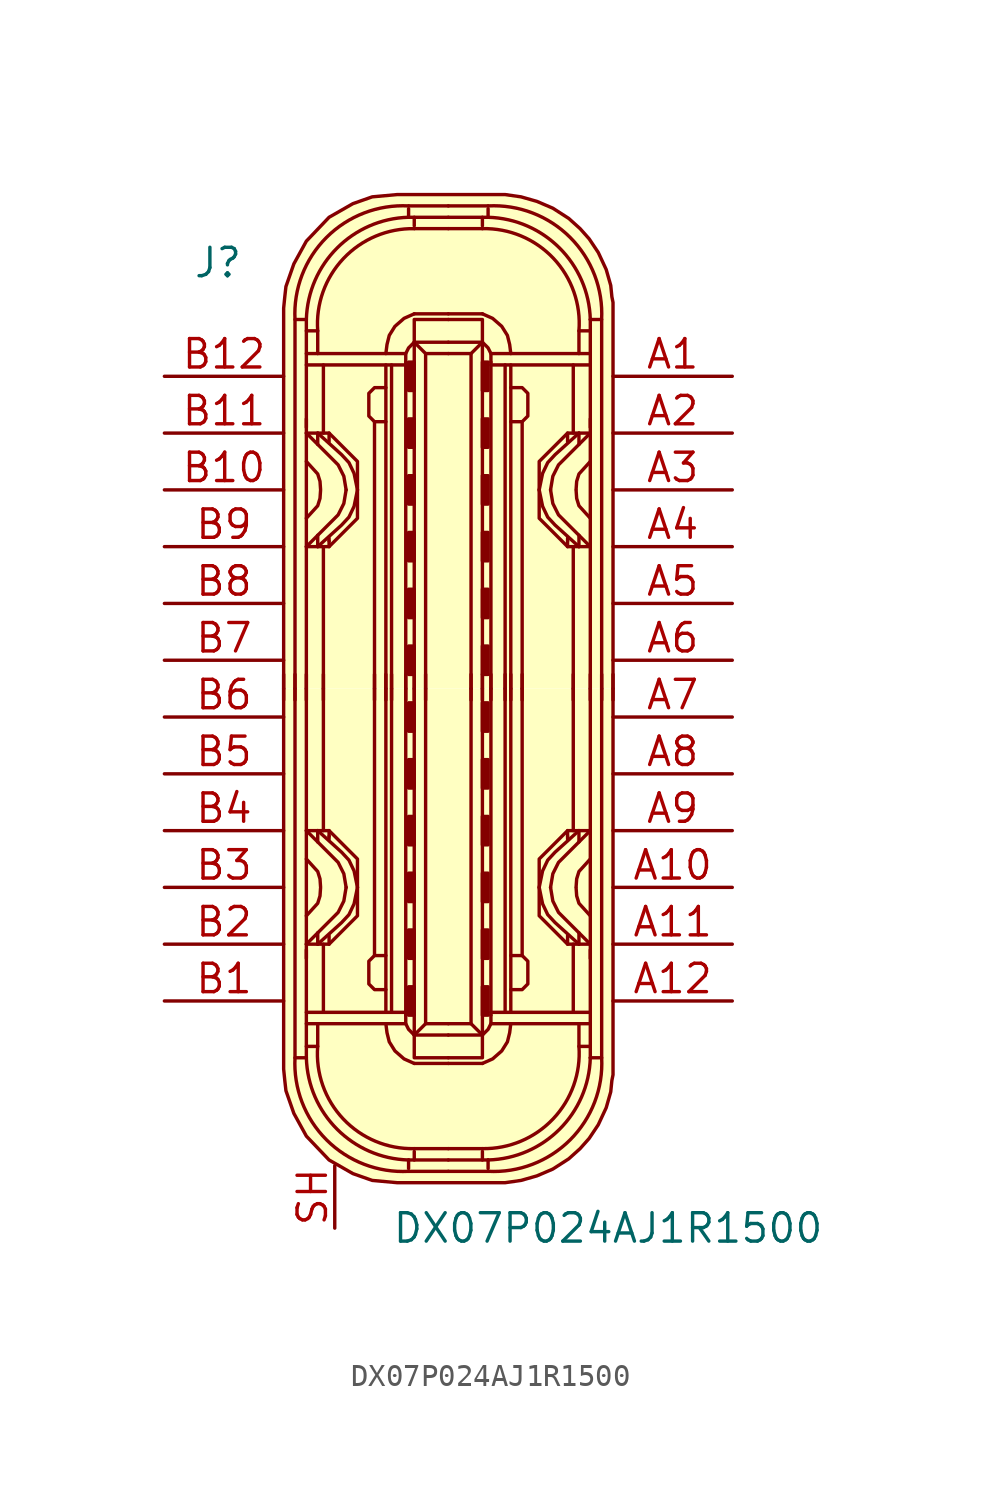
<source format=kicad_sym>
(kicad_symbol_lib
  (version 20211014)
  (generator kicad_symbol_editor)
  (symbol "DX07P024AJ1R1500"
    (pin_names
      (offset 1.016))
    (property "Reference" "J"
      (at -11.43 19.05 0)
      (effects (font (size 1.27 1.27)) (justify left)))
    (property "Value" "DX07P024AJ1R1500"
      (at -2.54 -24.13 0)
      (effects (font (size 1.27 1.27)) (justify left)))
    (symbol "DX07P024AJ1R1500_1_1"
      (arc (start -6.858 -16.51) (mid -5.4492 -20.1812) (end -1.778 -21.59) (stroke (width 0) (type default) (color 0 0 0 0)) (fill (type none)))
      (arc (start -6.35 -16.51) (mid -4.9749 -19.7069) (end -1.778 -21.082) (stroke (width 0) (type default) (color 0 0 0 0)) (fill (type none)))
      (arc (start -5.842 -16.002) (mid -4.6972 -19.2495) (end -1.524 -20.574) (stroke (width 0) (type default) (color 0 0 0 0)) (fill (type none)))
      (rectangle (start -1.778 -14.605) (end -1.524 -13.335) (stroke (width 0) (type default) (color 0 0 0 0)) (fill (type outline)))
      (rectangle (start -1.778 -12.065) (end -1.524 -10.795) (stroke (width 0) (type default) (color 0 0 0 0)) (fill (type outline)))
      (rectangle (start -1.778 -9.525) (end -1.524 -8.255) (stroke (width 0) (type default) (color 0 0 0 0)) (fill (type outline)))
      (rectangle (start -1.778 -6.985) (end -1.524 -5.715) (stroke (width 0) (type default) (color 0 0 0 0)) (fill (type outline)))
      (rectangle (start -1.778 -4.445) (end -1.524 -3.175) (stroke (width 0) (type default) (color 0 0 0 0)) (fill (type outline)))
      (rectangle (start -1.778 -1.905) (end -1.524 -0.635) (stroke (width 0) (type default) (color 0 0 0 0)) (fill (type outline)))
      (rectangle (start -1.778 1.905) (end -1.524 0.635) (stroke (width 0) (type default) (color 0 0 0 0)) (fill (type outline)))
      (rectangle (start -1.778 4.445) (end -1.524 3.175) (stroke (width 0) (type default) (color 0 0 0 0)) (fill (type outline)))
      (rectangle (start -1.778 6.985) (end -1.524 5.715) (stroke (width 0) (type default) (color 0 0 0 0)) (fill (type outline)))
      (rectangle (start -1.778 9.525) (end -1.524 8.255) (stroke (width 0) (type default) (color 0 0 0 0)) (fill (type outline)))
      (rectangle (start -1.778 12.065) (end -1.524 10.795) (stroke (width 0) (type default) (color 0 0 0 0)) (fill (type outline)))
      (rectangle (start -1.778 14.605) (end -1.524 13.335) (stroke (width 0) (type default) (color 0 0 0 0)) (fill (type outline)))
      (arc (start -1.778 21.082) (mid -4.9749 19.7069) (end -6.35 16.51) (stroke (width 0) (type default) (color 0 0 0 0)) (fill (type none)))
      (arc (start -1.778 21.59) (mid -5.4492 20.1812) (end -6.858 16.51) (stroke (width 0) (type default) (color 0 0 0 0)) (fill (type none)))
      (arc (start -1.524 20.574) (mid -4.6883 19.2412) (end -5.842 16.002) (stroke (width 0) (type default) (color 0 0 0 0)) (fill (type none)))
      (polyline (pts (xy -7.366 -0.508) (xy -7.366 0.635)) (stroke (width 0) (type default) (color 0 0 0 0)) (fill (type none)))
      (polyline (pts (xy -6.858 -0.508) (xy -6.858 0.635)) (stroke (width 0) (type default) (color 0 0 0 0)) (fill (type none)))
      (polyline (pts (xy -6.35 -14.986) (xy -1.905 -14.986)) (stroke (width 0) (type default) (color 0 0 0 0)) (fill (type none)))
      (polyline (pts (xy -6.35 -12.065) (xy -6.35 0)) (stroke (width 0) (type default) (color 0 0 0 0)) (fill (type none)))
      (polyline (pts (xy -6.35 -0.508) (xy -6.35 0.635)) (stroke (width 0) (type default) (color 0 0 0 0)) (fill (type none)))
      (polyline (pts (xy -6.35 12.065) (xy -6.35 0)) (stroke (width 0) (type default) (color 0 0 0 0)) (fill (type none)))
      (polyline (pts (xy -6.35 14.986) (xy -1.905 14.986)) (stroke (width 0) (type default) (color 0 0 0 0)) (fill (type none)))
      (polyline (pts (xy -5.842 -11.43) (xy -5.842 -10.922)) (stroke (width 0) (type default) (color 0 0 0 0)) (fill (type none)))
      (polyline (pts (xy -5.842 -6.35) (xy -5.842 -6.858)) (stroke (width 0) (type default) (color 0 0 0 0)) (fill (type none)))
      (polyline (pts (xy -5.842 6.35) (xy -5.842 6.858)) (stroke (width 0) (type default) (color 0 0 0 0)) (fill (type none)))
      (polyline (pts (xy -5.842 11.43) (xy -5.842 10.922)) (stroke (width 0) (type default) (color 0 0 0 0)) (fill (type none)))
      (polyline (pts (xy -5.588 -14.478) (xy -5.588 -11.43)) (stroke (width 0) (type default) (color 0 0 0 0)) (fill (type none)))
      (polyline (pts (xy -5.588 -6.35) (xy -5.588 0)) (stroke (width 0) (type default) (color 0 0 0 0)) (fill (type none)))
      (polyline (pts (xy -5.588 -0.508) (xy -5.588 0.635)) (stroke (width 0) (type default) (color 0 0 0 0)) (fill (type none)))
      (polyline (pts (xy -5.588 6.35) (xy -5.588 0)) (stroke (width 0) (type default) (color 0 0 0 0)) (fill (type none)))
      (polyline (pts (xy -5.588 14.478) (xy -5.588 11.43)) (stroke (width 0) (type default) (color 0 0 0 0)) (fill (type none)))
      (polyline (pts (xy -5.334 -11.43) (xy -5.334 -11.049)) (stroke (width 0) (type default) (color 0 0 0 0)) (fill (type none)))
      (polyline (pts (xy -5.334 -6.604) (xy -5.334 -6.731)) (stroke (width 0) (type default) (color 0 0 0 0)) (fill (type none)))
      (polyline (pts (xy -5.334 -6.35) (xy -5.334 -6.604)) (stroke (width 0) (type default) (color 0 0 0 0)) (fill (type none)))
      (polyline (pts (xy -5.334 6.35) (xy -5.334 6.604)) (stroke (width 0) (type default) (color 0 0 0 0)) (fill (type none)))
      (polyline (pts (xy -5.334 6.604) (xy -5.334 6.731)) (stroke (width 0) (type default) (color 0 0 0 0)) (fill (type none)))
      (polyline (pts (xy -5.334 11.43) (xy -5.334 11.049)) (stroke (width 0) (type default) (color 0 0 0 0)) (fill (type none)))
      (polyline (pts (xy -3.302 -0.508) (xy -3.302 0.635)) (stroke (width 0) (type default) (color 0 0 0 0)) (fill (type none)))
      (polyline (pts (xy -3.302 0) (xy -3.302 -11.938)) (stroke (width 0) (type default) (color 0 0 0 0)) (fill (type none)))
      (polyline (pts (xy -3.302 0) (xy -3.302 11.938)) (stroke (width 0) (type default) (color 0 0 0 0)) (fill (type none)))
      (polyline (pts (xy -2.794 -0.508) (xy -2.794 0.635)) (stroke (width 0) (type default) (color 0 0 0 0)) (fill (type none)))
      (polyline (pts (xy -2.794 0) (xy -2.794 -14.478)) (stroke (width 0) (type default) (color 0 0 0 0)) (fill (type none)))
      (polyline (pts (xy -2.794 0) (xy -2.794 14.478)) (stroke (width 0) (type default) (color 0 0 0 0)) (fill (type none)))
      (polyline (pts (xy -2.54 -14.478) (xy -2.54 0)) (stroke (width 0) (type default) (color 0 0 0 0)) (fill (type none)))
      (polyline (pts (xy -2.54 -0.508) (xy -2.54 0.635)) (stroke (width 0) (type default) (color 0 0 0 0)) (fill (type none)))
      (polyline (pts (xy -2.54 14.478) (xy -2.54 0)) (stroke (width 0) (type default) (color 0 0 0 0)) (fill (type none)))
      (polyline (pts (xy -1.905 -14.478) (xy -6.35 -14.478)) (stroke (width 0) (type default) (color 0 0 0 0)) (fill (type none)))
      (polyline (pts (xy -1.905 -0.508) (xy -1.905 0.635)) (stroke (width 0) (type default) (color 0 0 0 0)) (fill (type none)))
      (polyline (pts (xy -1.905 0) (xy -1.905 -14.605)) (stroke (width 0) (type default) (color 0 0 0 0)) (fill (type none)))
      (polyline (pts (xy -1.905 0) (xy -1.905 14.605)) (stroke (width 0) (type default) (color 0 0 0 0)) (fill (type none)))
      (polyline (pts (xy -1.905 14.478) (xy -6.35 14.478)) (stroke (width 0) (type default) (color 0 0 0 0)) (fill (type none)))
      (polyline (pts (xy -1.778 -21.59) (xy 0 -21.59)) (stroke (width 0) (type default) (color 0 0 0 0)) (fill (type background)))
      (polyline (pts (xy -1.778 -21.082) (xy -1.778 -21.463)) (stroke (width 0) (type default) (color 0 0 0 0)) (fill (type none)))
      (polyline (pts (xy -1.778 -21.082) (xy 0 -21.082)) (stroke (width 0) (type default) (color 0 0 0 0)) (fill (type none)))
      (polyline (pts (xy -1.778 21.082) (xy -1.778 21.463)) (stroke (width 0) (type default) (color 0 0 0 0)) (fill (type none)))
      (polyline (pts (xy -1.778 21.082) (xy 0 21.082)) (stroke (width 0) (type default) (color 0 0 0 0)) (fill (type none)))
      (polyline (pts (xy -1.778 21.59) (xy 0 21.59)) (stroke (width 0) (type default) (color 0 0 0 0)) (fill (type background)))
      (polyline (pts (xy -1.524 -20.701) (xy -1.524 -21.082)) (stroke (width 0) (type default) (color 0 0 0 0)) (fill (type none)))
      (polyline (pts (xy -1.524 -20.574) (xy 0 -20.574)) (stroke (width 0) (type default) (color 0 0 0 0)) (fill (type none)))
      (polyline (pts (xy -1.524 -0.508) (xy -1.524 0.635)) (stroke (width 0) (type default) (color 0 0 0 0)) (fill (type none)))
      (polyline (pts (xy -1.524 20.574) (xy 0 20.574)) (stroke (width 0) (type default) (color 0 0 0 0)) (fill (type none)))
      (polyline (pts (xy -1.524 20.701) (xy -1.524 21.082)) (stroke (width 0) (type default) (color 0 0 0 0)) (fill (type none)))
      (polyline (pts (xy -1.016 -14.986) (xy -1.524 -15.494)) (stroke (width 0) (type default) (color 0 0 0 0)) (fill (type none)))
      (polyline (pts (xy -1.016 -0.508) (xy -1.016 0.635)) (stroke (width 0) (type default) (color 0 0 0 0)) (fill (type none)))
      (polyline (pts (xy -1.016 14.986) (xy -1.524 15.494)) (stroke (width 0) (type default) (color 0 0 0 0)) (fill (type none)))
      (polyline (pts (xy 0 -16.764) (xy -1.524 -16.764)) (stroke (width 0) (type default) (color 0 0 0 0)) (fill (type none)))
      (polyline (pts (xy 0 -16.764) (xy 1.524 -16.764)) (stroke (width 0) (type default) (color 0 0 0 0)) (fill (type none)))
      (polyline (pts (xy 0 16.764) (xy -1.524 16.764)) (stroke (width 0) (type default) (color 0 0 0 0)) (fill (type none)))
      (polyline (pts (xy 0 16.764) (xy 1.524 16.764)) (stroke (width 0) (type default) (color 0 0 0 0)) (fill (type none)))
      (polyline (pts (xy 1.016 -14.986) (xy 1.524 -15.494)) (stroke (width 0) (type default) (color 0 0 0 0)) (fill (type none)))
      (polyline (pts (xy 1.016 -0.508) (xy 1.016 0.635)) (stroke (width 0) (type default) (color 0 0 0 0)) (fill (type none)))
      (polyline (pts (xy 1.016 14.986) (xy 1.524 15.494)) (stroke (width 0) (type default) (color 0 0 0 0)) (fill (type none)))
      (polyline (pts (xy 1.524 -20.701) (xy 1.524 -21.082)) (stroke (width 0) (type default) (color 0 0 0 0)) (fill (type none)))
      (polyline (pts (xy 1.524 -20.574) (xy 0 -20.574)) (stroke (width 0) (type default) (color 0 0 0 0)) (fill (type none)))
      (polyline (pts (xy 1.524 -0.508) (xy 1.524 0.635)) (stroke (width 0) (type default) (color 0 0 0 0)) (fill (type none)))
      (polyline (pts (xy 1.524 20.574) (xy 0 20.574)) (stroke (width 0) (type default) (color 0 0 0 0)) (fill (type none)))
      (polyline (pts (xy 1.524 20.701) (xy 1.524 21.082)) (stroke (width 0) (type default) (color 0 0 0 0)) (fill (type none)))
      (polyline (pts (xy 1.778 -21.59) (xy 0 -21.59)) (stroke (width 0) (type default) (color 0 0 0 0)) (fill (type background)))
      (polyline (pts (xy 1.778 -21.082) (xy 0 -21.082)) (stroke (width 0) (type default) (color 0 0 0 0)) (fill (type none)))
      (polyline (pts (xy 1.778 -21.082) (xy 1.778 -21.463)) (stroke (width 0) (type default) (color 0 0 0 0)) (fill (type none)))
      (polyline (pts (xy 1.778 21.082) (xy 0 21.082)) (stroke (width 0) (type default) (color 0 0 0 0)) (fill (type none)))
      (polyline (pts (xy 1.778 21.082) (xy 1.778 21.463)) (stroke (width 0) (type default) (color 0 0 0 0)) (fill (type none)))
      (polyline (pts (xy 1.778 21.59) (xy 0 21.59)) (stroke (width 0) (type default) (color 0 0 0 0)) (fill (type background)))
      (polyline (pts (xy 1.905 -14.478) (xy 6.35 -14.478)) (stroke (width 0) (type default) (color 0 0 0 0)) (fill (type none)))
      (polyline (pts (xy 1.905 -0.508) (xy 1.905 0.635)) (stroke (width 0) (type default) (color 0 0 0 0)) (fill (type none)))
      (polyline (pts (xy 1.905 0) (xy 1.905 -14.605)) (stroke (width 0) (type default) (color 0 0 0 0)) (fill (type none)))
      (polyline (pts (xy 1.905 0) (xy 1.905 14.605)) (stroke (width 0) (type default) (color 0 0 0 0)) (fill (type none)))
      (polyline (pts (xy 1.905 14.478) (xy 6.35 14.478)) (stroke (width 0) (type default) (color 0 0 0 0)) (fill (type none)))
      (polyline (pts (xy 2.54 -14.478) (xy 2.54 0)) (stroke (width 0) (type default) (color 0 0 0 0)) (fill (type none)))
      (polyline (pts (xy 2.54 -0.508) (xy 2.54 0.635)) (stroke (width 0) (type default) (color 0 0 0 0)) (fill (type none)))
      (polyline (pts (xy 2.54 14.478) (xy 2.54 0)) (stroke (width 0) (type default) (color 0 0 0 0)) (fill (type none)))
      (polyline (pts (xy 2.794 -0.508) (xy 2.794 0.635)) (stroke (width 0) (type default) (color 0 0 0 0)) (fill (type none)))
      (polyline (pts (xy 2.794 0) (xy 2.794 -14.478)) (stroke (width 0) (type default) (color 0 0 0 0)) (fill (type none)))
      (polyline (pts (xy 2.794 0) (xy 2.794 14.478)) (stroke (width 0) (type default) (color 0 0 0 0)) (fill (type none)))
      (polyline (pts (xy 3.302 -0.508) (xy 3.302 0.635)) (stroke (width 0) (type default) (color 0 0 0 0)) (fill (type none)))
      (polyline (pts (xy 3.302 0) (xy 3.302 -11.938)) (stroke (width 0) (type default) (color 0 0 0 0)) (fill (type none)))
      (polyline (pts (xy 3.302 0) (xy 3.302 11.938)) (stroke (width 0) (type default) (color 0 0 0 0)) (fill (type none)))
      (polyline (pts (xy 5.334 -11.43) (xy 5.334 -11.049)) (stroke (width 0) (type default) (color 0 0 0 0)) (fill (type none)))
      (polyline (pts (xy 5.334 -6.604) (xy 5.334 -6.731)) (stroke (width 0) (type default) (color 0 0 0 0)) (fill (type none)))
      (polyline (pts (xy 5.334 -6.35) (xy 5.334 -6.604)) (stroke (width 0) (type default) (color 0 0 0 0)) (fill (type none)))
      (polyline (pts (xy 5.334 6.35) (xy 5.334 6.604)) (stroke (width 0) (type default) (color 0 0 0 0)) (fill (type none)))
      (polyline (pts (xy 5.334 6.604) (xy 5.334 6.731)) (stroke (width 0) (type default) (color 0 0 0 0)) (fill (type none)))
      (polyline (pts (xy 5.334 11.43) (xy 5.334 11.049)) (stroke (width 0) (type default) (color 0 0 0 0)) (fill (type none)))
      (polyline (pts (xy 5.588 -14.478) (xy 5.588 -11.43)) (stroke (width 0) (type default) (color 0 0 0 0)) (fill (type none)))
      (polyline (pts (xy 5.588 -6.35) (xy 5.588 0)) (stroke (width 0) (type default) (color 0 0 0 0)) (fill (type none)))
      (polyline (pts (xy 5.588 -0.508) (xy 5.588 0.635)) (stroke (width 0) (type default) (color 0 0 0 0)) (fill (type none)))
      (polyline (pts (xy 5.588 6.35) (xy 5.588 0)) (stroke (width 0) (type default) (color 0 0 0 0)) (fill (type none)))
      (polyline (pts (xy 5.588 14.478) (xy 5.588 11.43)) (stroke (width 0) (type default) (color 0 0 0 0)) (fill (type none)))
      (polyline (pts (xy 5.842 -11.43) (xy 5.842 -10.922)) (stroke (width 0) (type default) (color 0 0 0 0)) (fill (type none)))
      (polyline (pts (xy 5.842 -6.35) (xy 5.842 -6.858)) (stroke (width 0) (type default) (color 0 0 0 0)) (fill (type none)))
      (polyline (pts (xy 5.842 6.35) (xy 5.842 6.858)) (stroke (width 0) (type default) (color 0 0 0 0)) (fill (type none)))
      (polyline (pts (xy 5.842 11.43) (xy 5.842 10.922)) (stroke (width 0) (type default) (color 0 0 0 0)) (fill (type none)))
      (polyline (pts (xy 6.35 -14.986) (xy 1.905 -14.986)) (stroke (width 0) (type default) (color 0 0 0 0)) (fill (type none)))
      (polyline (pts (xy 6.35 -12.065) (xy 6.35 0)) (stroke (width 0) (type default) (color 0 0 0 0)) (fill (type none)))
      (polyline (pts (xy 6.35 -0.508) (xy 6.35 0.635)) (stroke (width 0) (type default) (color 0 0 0 0)) (fill (type none)))
      (polyline (pts (xy 6.35 12.065) (xy 6.35 0)) (stroke (width 0) (type default) (color 0 0 0 0)) (fill (type none)))
      (polyline (pts (xy 6.35 14.986) (xy 1.905 14.986)) (stroke (width 0) (type default) (color 0 0 0 0)) (fill (type none)))
      (polyline (pts (xy 6.858 -0.508) (xy 6.858 0.635)) (stroke (width 0) (type default) (color 0 0 0 0)) (fill (type none)))
      (polyline (pts (xy 7.366 -0.508) (xy 7.366 0.635)) (stroke (width 0) (type default) (color 0 0 0 0)) (fill (type none)))
      (polyline (pts (xy -6.35 -16.51) (xy -6.858 -16.51) (xy -6.858 0)) (stroke (width 0) (type default) (color 0 0 0 0)) (fill (type none)))
      (polyline (pts (xy -6.35 -11.684) (xy -6.35 -15.875) (xy -6.35 -16.51)) (stroke (width 0) (type default) (color 0 0 0 0)) (fill (type none)))
      (polyline (pts (xy -6.35 11.684) (xy -6.35 15.875) (xy -6.35 16.51)) (stroke (width 0) (type default) (color 0 0 0 0)) (fill (type none)))
      (polyline (pts (xy -6.35 16.51) (xy -6.858 16.51) (xy -6.858 0)) (stroke (width 0) (type default) (color 0 0 0 0)) (fill (type none)))
      (polyline (pts (xy -5.842 -14.986) (xy -5.842 -16.002) (xy -6.35 -16.002)) (stroke (width 0) (type default) (color 0 0 0 0)) (fill (type none)))
      (polyline (pts (xy -5.842 14.986) (xy -5.842 16.002) (xy -6.35 16.002)) (stroke (width 0) (type default) (color 0 0 0 0)) (fill (type none)))
      (polyline (pts (xy -1.524 0) (xy -1.524 -15.494) (xy 0 -15.494)) (stroke (width 0) (type default) (color 0 0 0 0)) (fill (type none)))
      (polyline (pts (xy -1.524 0) (xy -1.524 15.494) (xy 0 15.494)) (stroke (width 0) (type default) (color 0 0 0 0)) (fill (type none)))
      (polyline (pts (xy -1.016 0) (xy -1.016 -14.986) (xy 0 -14.986)) (stroke (width 0) (type default) (color 0 0 0 0)) (fill (type none)))
      (polyline (pts (xy -1.016 0) (xy -1.016 14.986) (xy 0 14.986)) (stroke (width 0) (type default) (color 0 0 0 0)) (fill (type none)))
      (polyline (pts (xy 1.016 0) (xy 1.016 -14.986) (xy 0 -14.986)) (stroke (width 0) (type default) (color 0 0 0 0)) (fill (type none)))
      (polyline (pts (xy 1.016 0) (xy 1.016 14.986) (xy 0 14.986)) (stroke (width 0) (type default) (color 0 0 0 0)) (fill (type none)))
      (polyline (pts (xy 1.524 0) (xy 1.524 -15.494) (xy 0 -15.494)) (stroke (width 0) (type default) (color 0 0 0 0)) (fill (type none)))
      (polyline (pts (xy 1.524 0) (xy 1.524 15.494) (xy 0 15.494)) (stroke (width 0) (type default) (color 0 0 0 0)) (fill (type none)))
      (polyline (pts (xy 5.842 -14.986) (xy 5.842 -16.002) (xy 6.35 -16.002)) (stroke (width 0) (type default) (color 0 0 0 0)) (fill (type none)))
      (polyline (pts (xy 5.842 14.986) (xy 5.842 16.002) (xy 6.35 16.002)) (stroke (width 0) (type default) (color 0 0 0 0)) (fill (type none)))
      (polyline (pts (xy 6.35 -16.51) (xy 6.858 -16.51) (xy 6.858 0)) (stroke (width 0) (type default) (color 0 0 0 0)) (fill (type none)))
      (polyline (pts (xy 6.35 -11.684) (xy 6.35 -15.875) (xy 6.35 -16.51)) (stroke (width 0) (type default) (color 0 0 0 0)) (fill (type none)))
      (polyline (pts (xy 6.35 11.684) (xy 6.35 15.875) (xy 6.35 16.51)) (stroke (width 0) (type default) (color 0 0 0 0)) (fill (type none)))
      (polyline (pts (xy 6.35 16.51) (xy 6.858 16.51) (xy 6.858 0)) (stroke (width 0) (type default) (color 0 0 0 0)) (fill (type none)))
      (polyline (pts (xy -6.35 -11.43) (xy -4.928 -10.008) (xy -4.674 -9.5) (xy -4.572 -8.89)) (stroke (width 0) (type default) (color 0 0 0 0)) (fill (type none)))
      (polyline (pts (xy -6.35 -10.16) (xy -5.842 -9.601) (xy -5.74 -9.271) (xy -5.715 -8.915)) (stroke (width 0) (type default) (color 0 0 0 0)) (fill (type none)))
      (polyline (pts (xy -6.35 -7.62) (xy -5.842 -8.179) (xy -5.74 -8.509) (xy -5.715 -8.865)) (stroke (width 0) (type default) (color 0 0 0 0)) (fill (type none)))
      (polyline (pts (xy -6.35 -6.35) (xy -4.928 -7.772) (xy -4.674 -8.28) (xy -4.572 -8.89)) (stroke (width 0) (type default) (color 0 0 0 0)) (fill (type none)))
      (polyline (pts (xy -6.35 6.35) (xy -4.928 7.772) (xy -4.674 8.28) (xy -4.572 8.89)) (stroke (width 0) (type default) (color 0 0 0 0)) (fill (type none)))
      (polyline (pts (xy -6.35 7.62) (xy -5.842 8.179) (xy -5.74 8.509) (xy -5.715 8.865)) (stroke (width 0) (type default) (color 0 0 0 0)) (fill (type none)))
      (polyline (pts (xy -6.35 10.16) (xy -5.842 9.601) (xy -5.74 9.271) (xy -5.715 8.915)) (stroke (width 0) (type default) (color 0 0 0 0)) (fill (type none)))
      (polyline (pts (xy -6.35 11.43) (xy -4.928 10.008) (xy -4.674 9.5) (xy -4.572 8.89)) (stroke (width 0) (type default) (color 0 0 0 0)) (fill (type none)))
      (polyline (pts (xy -1.905 -14.605) (xy -1.905 -14.986) (xy -1.778 -15.24) (xy -1.524 -15.494)) (stroke (width 0) (type default) (color 0 0 0 0)) (fill (type none)))
      (polyline (pts (xy -1.905 14.605) (xy -1.905 14.986) (xy -1.778 15.24) (xy -1.524 15.494)) (stroke (width 0) (type default) (color 0 0 0 0)) (fill (type none)))
      (polyline (pts (xy 0 -16.51) (xy -1.397 -16.51) (xy -1.524 -16.51) (xy -1.524 -15.494)) (stroke (width 0) (type default) (color 0 0 0 0)) (fill (type none)))
      (polyline (pts (xy 0 -16.51) (xy 1.397 -16.51) (xy 1.524 -16.51) (xy 1.524 -15.494)) (stroke (width 0) (type default) (color 0 0 0 0)) (fill (type none)))
      (polyline (pts (xy 0 16.51) (xy -1.397 16.51) (xy -1.524 16.51) (xy -1.524 15.494)) (stroke (width 0) (type default) (color 0 0 0 0)) (fill (type none)))
      (polyline (pts (xy 0 16.51) (xy 1.397 16.51) (xy 1.524 16.51) (xy 1.524 15.494)) (stroke (width 0) (type default) (color 0 0 0 0)) (fill (type none)))
      (polyline (pts (xy 1.905 -14.605) (xy 1.905 -14.986) (xy 1.778 -15.24) (xy 1.524 -15.494)) (stroke (width 0) (type default) (color 0 0 0 0)) (fill (type none)))
      (polyline (pts (xy 1.905 14.605) (xy 1.905 14.986) (xy 1.778 15.24) (xy 1.524 15.494)) (stroke (width 0) (type default) (color 0 0 0 0)) (fill (type none)))
      (polyline (pts (xy 6.35 -11.43) (xy 4.928 -10.008) (xy 4.674 -9.5) (xy 4.572 -8.89)) (stroke (width 0) (type default) (color 0 0 0 0)) (fill (type none)))
      (polyline (pts (xy 6.35 -10.16) (xy 5.842 -9.601) (xy 5.74 -9.271) (xy 5.715 -8.915)) (stroke (width 0) (type default) (color 0 0 0 0)) (fill (type none)))
      (polyline (pts (xy 6.35 -7.62) (xy 5.842 -8.179) (xy 5.74 -8.509) (xy 5.715 -8.865)) (stroke (width 0) (type default) (color 0 0 0 0)) (fill (type none)))
      (polyline (pts (xy 6.35 -6.35) (xy 4.928 -7.772) (xy 4.674 -8.28) (xy 4.572 -8.89)) (stroke (width 0) (type default) (color 0 0 0 0)) (fill (type none)))
      (polyline (pts (xy 6.35 6.35) (xy 4.928 7.772) (xy 4.674 8.28) (xy 4.572 8.89)) (stroke (width 0) (type default) (color 0 0 0 0)) (fill (type none)))
      (polyline (pts (xy 6.35 7.62) (xy 5.842 8.179) (xy 5.74 8.509) (xy 5.715 8.865)) (stroke (width 0) (type default) (color 0 0 0 0)) (fill (type none)))
      (polyline (pts (xy 6.35 10.16) (xy 5.842 9.601) (xy 5.74 9.271) (xy 5.715 8.915)) (stroke (width 0) (type default) (color 0 0 0 0)) (fill (type none)))
      (polyline (pts (xy 6.35 11.43) (xy 4.928 10.008) (xy 4.674 9.5) (xy 4.572 8.89)) (stroke (width 0) (type default) (color 0 0 0 0)) (fill (type none)))
      (polyline (pts (xy -5.842 -11.43) (xy -4.775 -10.465) (xy -4.445 -10.109) (xy -4.216 -9.627) (xy -4.064 -8.89)) (stroke (width 0) (type default) (color 0 0 0 0)) (fill (type none)))
      (polyline (pts (xy -5.842 -6.35) (xy -4.775 -7.315) (xy -4.445 -7.671) (xy -4.216 -8.153) (xy -4.064 -8.89)) (stroke (width 0) (type default) (color 0 0 0 0)) (fill (type none)))
      (polyline (pts (xy -5.842 6.35) (xy -4.775 7.315) (xy -4.445 7.671) (xy -4.216 8.153) (xy -4.064 8.89)) (stroke (width 0) (type default) (color 0 0 0 0)) (fill (type none)))
      (polyline (pts (xy -5.842 11.43) (xy -4.775 10.465) (xy -4.445 10.109) (xy -4.216 9.627) (xy -4.064 8.89)) (stroke (width 0) (type default) (color 0 0 0 0)) (fill (type none)))
      (polyline (pts (xy 5.842 -11.43) (xy 4.775 -10.465) (xy 4.445 -10.109) (xy 4.216 -9.627) (xy 4.064 -8.89)) (stroke (width 0) (type default) (color 0 0 0 0)) (fill (type none)))
      (polyline (pts (xy 5.842 -6.35) (xy 4.775 -7.315) (xy 4.445 -7.671) (xy 4.216 -8.153) (xy 4.064 -8.89)) (stroke (width 0) (type default) (color 0 0 0 0)) (fill (type none)))
      (polyline (pts (xy 5.842 6.35) (xy 4.775 7.315) (xy 4.445 7.671) (xy 4.216 8.153) (xy 4.064 8.89)) (stroke (width 0) (type default) (color 0 0 0 0)) (fill (type none)))
      (polyline (pts (xy 5.842 11.43) (xy 4.775 10.465) (xy 4.445 10.109) (xy 4.216 9.627) (xy 4.064 8.89)) (stroke (width 0) (type default) (color 0 0 0 0)) (fill (type none)))
      (polyline (pts (xy -6.35 -11.43) (xy -5.334 -11.43) (xy -4.064 -10.16) (xy -4.064 -7.62) (xy -5.334 -6.35) (xy -6.35 -6.35)) (stroke (width 0) (type default) (color 0 0 0 0)) (fill (type none)))
      (polyline (pts (xy -6.35 11.43) (xy -5.334 11.43) (xy -4.064 10.16) (xy -4.064 7.62) (xy -5.334 6.35) (xy -6.35 6.35)) (stroke (width 0) (type default) (color 0 0 0 0)) (fill (type none)))
      (polyline (pts (xy -2.794 -14.986) (xy -2.743 -15.392) (xy -2.642 -15.799) (xy -2.388 -16.205) (xy -1.981 -16.561) (xy -1.524 -16.764)) (stroke (width 0) (type default) (color 0 0 0 0)) (fill (type none)))
      (polyline (pts (xy -2.794 -13.462) (xy -3.302 -13.462) (xy -3.556 -13.208) (xy -3.556 -12.192) (xy -3.302 -11.938) (xy -2.794 -11.938)) (stroke (width 0) (type default) (color 0 0 0 0)) (fill (type none)))
      (polyline (pts (xy -2.794 13.462) (xy -3.302 13.462) (xy -3.556 13.208) (xy -3.556 12.192) (xy -3.302 11.938) (xy -2.794 11.938)) (stroke (width 0) (type default) (color 0 0 0 0)) (fill (type none)))
      (polyline (pts (xy -2.794 14.986) (xy -2.743 15.392) (xy -2.642 15.799) (xy -2.388 16.205) (xy -1.981 16.561) (xy -1.524 16.764)) (stroke (width 0) (type default) (color 0 0 0 0)) (fill (type none)))
      (polyline (pts (xy 2.794 -14.986) (xy 2.743 -15.392) (xy 2.642 -15.799) (xy 2.388 -16.205) (xy 1.981 -16.561) (xy 1.524 -16.764)) (stroke (width 0) (type default) (color 0 0 0 0)) (fill (type none)))
      (polyline (pts (xy 2.794 -13.462) (xy 3.302 -13.462) (xy 3.556 -13.208) (xy 3.556 -12.192) (xy 3.302 -11.938) (xy 2.794 -11.938)) (stroke (width 0) (type default) (color 0 0 0 0)) (fill (type none)))
      (polyline (pts (xy 2.794 13.462) (xy 3.302 13.462) (xy 3.556 13.208) (xy 3.556 12.192) (xy 3.302 11.938) (xy 2.794 11.938)) (stroke (width 0) (type default) (color 0 0 0 0)) (fill (type none)))
      (polyline (pts (xy 2.794 14.986) (xy 2.743 15.392) (xy 2.642 15.799) (xy 2.388 16.205) (xy 1.981 16.561) (xy 1.524 16.764)) (stroke (width 0) (type default) (color 0 0 0 0)) (fill (type none)))
      (polyline (pts (xy 6.35 -11.43) (xy 5.334 -11.43) (xy 4.064 -10.16) (xy 4.064 -7.62) (xy 5.334 -6.35) (xy 6.35 -6.35)) (stroke (width 0) (type default) (color 0 0 0 0)) (fill (type none)))
      (polyline (pts (xy 6.35 11.43) (xy 5.334 11.43) (xy 4.064 10.16) (xy 4.064 7.62) (xy 5.334 6.35) (xy 6.35 6.35)) (stroke (width 0) (type default) (color 0 0 0 0)) (fill (type none)))
      (polyline (pts (xy 7.366 0) (xy 7.366 -17.018) (xy 7.366 -17.272) (xy 7.315 -17.526) (xy 7.264 -18.034) (xy 7.061 -18.745) (xy 6.706 -19.507) (xy 6.299 -20.117) (xy 5.893 -20.574) (xy 5.385 -21.031) (xy 4.674 -21.488) (xy 3.962 -21.793) (xy 3.251 -21.996) (xy 2.54 -22.098) (xy -2.286 -22.098) (xy -3.404 -21.996) (xy -4.267 -21.692) (xy -5.334 -21.082) (xy -6.35 -20.015) (xy -6.909 -18.999) (xy -7.264 -17.983) (xy -7.315 -17.526) (xy -7.366 -17.018) (xy -7.366 0)) (stroke (width 0) (type default) (color 0 0 0 0)) (fill (type background)))
      (polyline (pts (xy 7.366 0) (xy 7.366 17.018) (xy 7.366 17.272) (xy 7.315 17.526) (xy 7.264 18.034) (xy 7.061 18.745) (xy 6.706 19.507) (xy 6.299 20.117) (xy 5.893 20.574) (xy 5.385 21.031) (xy 4.674 21.488) (xy 3.962 21.793) (xy 3.251 21.996) (xy 2.54 22.098) (xy -2.286 22.098) (xy -3.404 21.996) (xy -4.267 21.692) (xy -5.334 21.082) (xy -6.35 20.015) (xy -6.909 18.999) (xy -7.264 17.983) (xy -7.315 17.526) (xy -7.366 17.018) (xy -7.366 0)) (stroke (width 0) (type default) (color 0 0 0 0)) (fill (type background)))
      (arc (start 1.524 -20.574) (mid 4.6883 -19.2412) (end 5.842 -16.002) (stroke (width 0) (type default) (color 0 0 0 0)) (fill (type none)))
      (arc (start 1.778 -21.59) (mid 5.4492 -20.1812) (end 6.858 -16.51) (stroke (width 0) (type default) (color 0 0 0 0)) (fill (type none)))
      (arc (start 1.778 -21.082) (mid 4.9749 -19.7069) (end 6.35 -16.51) (stroke (width 0) (type default) (color 0 0 0 0)) (fill (type none)))
      (rectangle (start 1.778 -14.605) (end 1.524 -13.335) (stroke (width 0) (type default) (color 0 0 0 0)) (fill (type outline)))
      (rectangle (start 1.778 -12.065) (end 1.524 -10.795) (stroke (width 0) (type default) (color 0 0 0 0)) (fill (type outline)))
      (rectangle (start 1.778 -9.525) (end 1.524 -8.255) (stroke (width 0) (type default) (color 0 0 0 0)) (fill (type outline)))
      (rectangle (start 1.778 -6.985) (end 1.524 -5.715) (stroke (width 0) (type default) (color 0 0 0 0)) (fill (type outline)))
      (rectangle (start 1.778 -4.445) (end 1.524 -3.175) (stroke (width 0) (type default) (color 0 0 0 0)) (fill (type outline)))
      (rectangle (start 1.778 -1.905) (end 1.524 -0.635) (stroke (width 0) (type default) (color 0 0 0 0)) (fill (type outline)))
      (rectangle (start 1.778 1.905) (end 1.524 0.635) (stroke (width 0) (type default) (color 0 0 0 0)) (fill (type outline)))
      (rectangle (start 1.778 4.445) (end 1.524 3.175) (stroke (width 0) (type default) (color 0 0 0 0)) (fill (type outline)))
      (rectangle (start 1.778 6.985) (end 1.524 5.715) (stroke (width 0) (type default) (color 0 0 0 0)) (fill (type outline)))
      (rectangle (start 1.778 9.525) (end 1.524 8.255) (stroke (width 0) (type default) (color 0 0 0 0)) (fill (type outline)))
      (rectangle (start 1.778 12.065) (end 1.524 10.795) (stroke (width 0) (type default) (color 0 0 0 0)) (fill (type outline)))
      (rectangle (start 1.778 14.605) (end 1.524 13.335) (stroke (width 0) (type default) (color 0 0 0 0)) (fill (type outline)))
      (arc (start 5.842 16.002) (mid 4.6972 19.2495) (end 1.524 20.574) (stroke (width 0) (type default) (color 0 0 0 0)) (fill (type none)))
      (arc (start 6.35 16.51) (mid 4.9749 19.7069) (end 1.778 21.082) (stroke (width 0) (type default) (color 0 0 0 0)) (fill (type none)))
      (arc (start 6.858 16.51) (mid 5.4492 20.1812) (end 1.778 21.59) (stroke (width 0) (type default) (color 0 0 0 0)) (fill (type none)))
      (pin passive line (at 12.7 13.97 180) (length 5.334) (name "~" (effects (font (size 1.27 1.27)))) (number "A1" (effects (font (size 1.27 1.27)))))
      (pin passive line (at 12.7 -8.89 180) (length 5.334) (name "~" (effects (font (size 1.27 1.27)))) (number "A10" (effects (font (size 1.27 1.27)))))
      (pin passive line (at 12.7 -11.43 180) (length 5.334) (name "~" (effects (font (size 1.27 1.27)))) (number "A11" (effects (font (size 1.27 1.27)))))
      (pin passive line (at 12.7 -13.97 180) (length 5.334) (name "~" (effects (font (size 1.27 1.27)))) (number "A12" (effects (font (size 1.27 1.27)))))
      (pin passive line (at 12.7 11.43 180) (length 5.334) (name "~" (effects (font (size 1.27 1.27)))) (number "A2" (effects (font (size 1.27 1.27)))))
      (pin passive line (at 12.7 8.89 180) (length 5.334) (name "~" (effects (font (size 1.27 1.27)))) (number "A3" (effects (font (size 1.27 1.27)))))
      (pin passive line (at 12.7 6.35 180) (length 5.334) (name "~" (effects (font (size 1.27 1.27)))) (number "A4" (effects (font (size 1.27 1.27)))))
      (pin passive line (at 12.7 3.81 180) (length 5.334) (name "~" (effects (font (size 1.27 1.27)))) (number "A5" (effects (font (size 1.27 1.27)))))
      (pin passive line (at 12.7 1.27 180) (length 5.334) (name "~" (effects (font (size 1.27 1.27)))) (number "A6" (effects (font (size 1.27 1.27)))))
      (pin passive line (at 12.7 -1.27 180) (length 5.334) (name "~" (effects (font (size 1.27 1.27)))) (number "A7" (effects (font (size 1.27 1.27)))))
      (pin passive line (at 12.7 -3.81 180) (length 5.334) (name "~" (effects (font (size 1.27 1.27)))) (number "A8" (effects (font (size 1.27 1.27)))))
      (pin passive line (at 12.7 -6.35 180) (length 5.334) (name "~" (effects (font (size 1.27 1.27)))) (number "A9" (effects (font (size 1.27 1.27)))))
      (pin passive line (at -12.7 -13.97 0) (length 5.334) (name "~" (effects (font (size 1.27 1.27)))) (number "B1" (effects (font (size 1.27 1.27)))))
      (pin passive line (at -12.7 8.89 0) (length 5.334) (name "~" (effects (font (size 1.27 1.27)))) (number "B10" (effects (font (size 1.27 1.27)))))
      (pin passive line (at -12.7 11.43 0) (length 5.334) (name "~" (effects (font (size 1.27 1.27)))) (number "B11" (effects (font (size 1.27 1.27)))))
      (pin passive line (at -12.7 13.97 0) (length 5.334) (name "~" (effects (font (size 1.27 1.27)))) (number "B12" (effects (font (size 1.27 1.27)))))
      (pin passive line (at -12.7 -11.43 0) (length 5.334) (name "~" (effects (font (size 1.27 1.27)))) (number "B2" (effects (font (size 1.27 1.27)))))
      (pin passive line (at -12.7 -8.89 0) (length 5.334) (name "~" (effects (font (size 1.27 1.27)))) (number "B3" (effects (font (size 1.27 1.27)))))
      (pin passive line (at -12.7 -6.35 0) (length 5.334) (name "~" (effects (font (size 1.27 1.27)))) (number "B4" (effects (font (size 1.27 1.27)))))
      (pin passive line (at -12.7 -3.81 0) (length 5.334) (name "~" (effects (font (size 1.27 1.27)))) (number "B5" (effects (font (size 1.27 1.27)))))
      (pin passive line (at -12.7 -1.27 0) (length 5.334) (name "~" (effects (font (size 1.27 1.27)))) (number "B6" (effects (font (size 1.27 1.27)))))
      (pin passive line (at -12.7 1.27 0) (length 5.334) (name "~" (effects (font (size 1.27 1.27)))) (number "B7" (effects (font (size 1.27 1.27)))))
      (pin passive line (at -12.7 3.81 0) (length 5.334) (name "~" (effects (font (size 1.27 1.27)))) (number "B8" (effects (font (size 1.27 1.27)))))
      (pin passive line (at -12.7 6.35 0) (length 5.334) (name "~" (effects (font (size 1.27 1.27)))) (number "B9" (effects (font (size 1.27 1.27)))))
      (pin input line (at -5.08 -24.13 90) (length 2.794) (name "~" (effects (font (size 1.27 1.27)))) (number "SH" (effects (font (size 1.27 1.27))))))))
</source>
